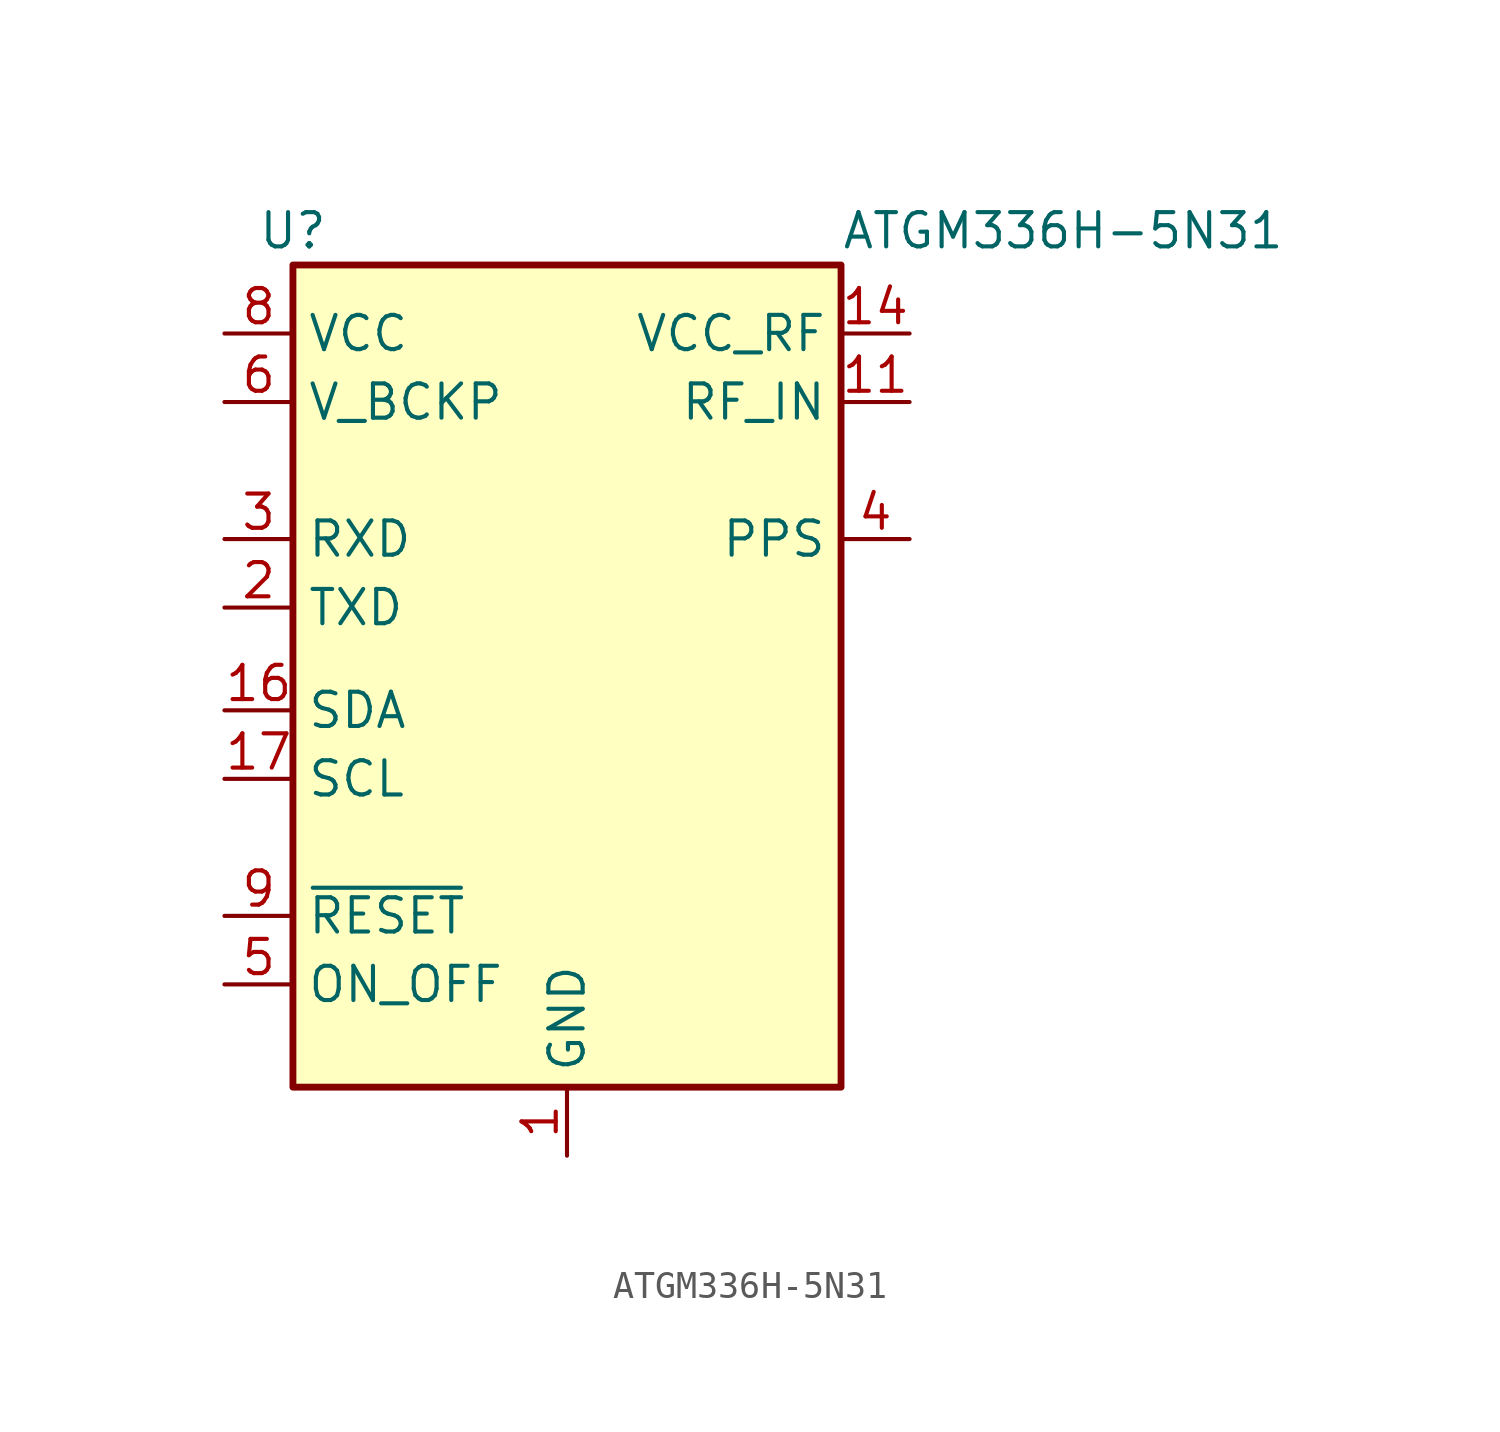
<source format=kicad_sym>
(kicad_symbol_lib
  (version 20211014)
  (generator kicad_symbol_editor)
  (symbol "ATGM336H-5N31"
    (property "Reference" "U"
      (at -10.16 15.24 0)
      (effects (font (size 1.27 1.27))))
    (property "Value" "ATGM336H-5N31"
      (at 10.16 15.24 0)
      (effects (font (size 1.27 1.27)) (justify left)))
    (symbol "ATGM336H-5N31_0_1"
      (rectangle (start -10.16 13.97) (end 10.16 -16.51) (stroke (width 0.254) (type default) (color 0 0 0 0)) (fill (type background))))
    (symbol "ATGM336H-5N31_1_1"
      (pin power_in line (at -12.7 11.43 0) (length 2.54) (name "VCC" (effects (font (size 1.27 1.27)))) (number "8" (effects (font (size 1.27 1.27)))))
      (pin power_in line (at -12.7 8.89 0) (length 2.54) (name "V_BCKP" (effects (font (size 1.27 1.27)))) (number "6" (effects (font (size 1.27 1.27)))))
      (pin input line (at -12.7 3.81 0) (length 2.54) (name "RXD" (effects (font (size 1.27 1.27)))) (number "3" (effects (font (size 1.27 1.27)))))
      (pin output line (at -12.7 1.27 0) (length 2.54) (name "TXD" (effects (font (size 1.27 1.27)))) (number "2" (effects (font (size 1.27 1.27)))))
      (pin bidirectional line (at -12.7 -2.54 0) (length 2.54) (name "SDA" (effects (font (size 1.27 1.27)))) (number "16" (effects (font (size 1.27 1.27)))))
      (pin input line (at -12.7 -5.08 0) (length 2.54) (name "SCL" (effects (font (size 1.27 1.27)))) (number "17" (effects (font (size 1.27 1.27)))))
      (pin input line (at -12.7 -10.16 0) (length 2.54) (name "~{RESET}" (effects (font (size 1.27 1.27)))) (number "9" (effects (font (size 1.27 1.27)))))
      (pin input line (at -12.7 -12.7 0) (length 2.54) (name "ON_OFF" (effects (font (size 1.27 1.27)))) (number "5" (effects (font (size 1.27 1.27)))))
      (pin power_out line (at 12.7 11.43 180) (length 2.54) (name "VCC_RF" (effects (font (size 1.27 1.27)))) (number "14" (effects (font (size 1.27 1.27)))))
      (pin input line (at 12.7 8.89 180) (length 2.54) (name "RF_IN" (effects (font (size 1.27 1.27)))) (number "11" (effects (font (size 1.27 1.27)))))
      (pin output line (at 12.7 3.81 180) (length 2.54) (name "PPS" (effects (font (size 1.27 1.27)))) (number "4" (effects (font (size 1.27 1.27)))))
      (pin power_in line (at 0 -19.05 90) (length 2.54) (name "GND" (effects (font (size 1.27 1.27)))) (number "1" (effects (font (size 1.27 1.27)))))
      (pin power_in line (at 0 -19.05 90) (length 2.54) hide (name "GND" (effects (font (size 1.27 1.27)))) (number "10" (effects (font (size 1.27 1.27)))))
      (pin power_in line (at 0 -19.05 90) (length 2.54) hide (name "GND" (effects (font (size 1.27 1.27)))) (number "12" (effects (font (size 1.27 1.27)))))
      (pin no_connect line (at 12.7 -2.54 180) (length 2.54) hide (name "NC" (effects (font (size 1.27 1.27)))) (number "7" (effects (font (size 1.27 1.27)))))
      (pin no_connect line (at 12.7 -2.54 180) (length 2.54) hide (name "NC" (effects (font (size 1.27 1.27)))) (number "13" (effects (font (size 1.27 1.27)))))
      (pin no_connect line (at 12.7 -2.54 180) (length 2.54) hide (name "NC" (effects (font (size 1.27 1.27)))) (number "15" (effects (font (size 1.27 1.27)))))
      (pin no_connect line (at 12.7 -2.54 180) (length 2.54) hide (name "NC" (effects (font (size 1.27 1.27)))) (number "18" (effects (font (size 1.27 1.27))))))))
</source>
